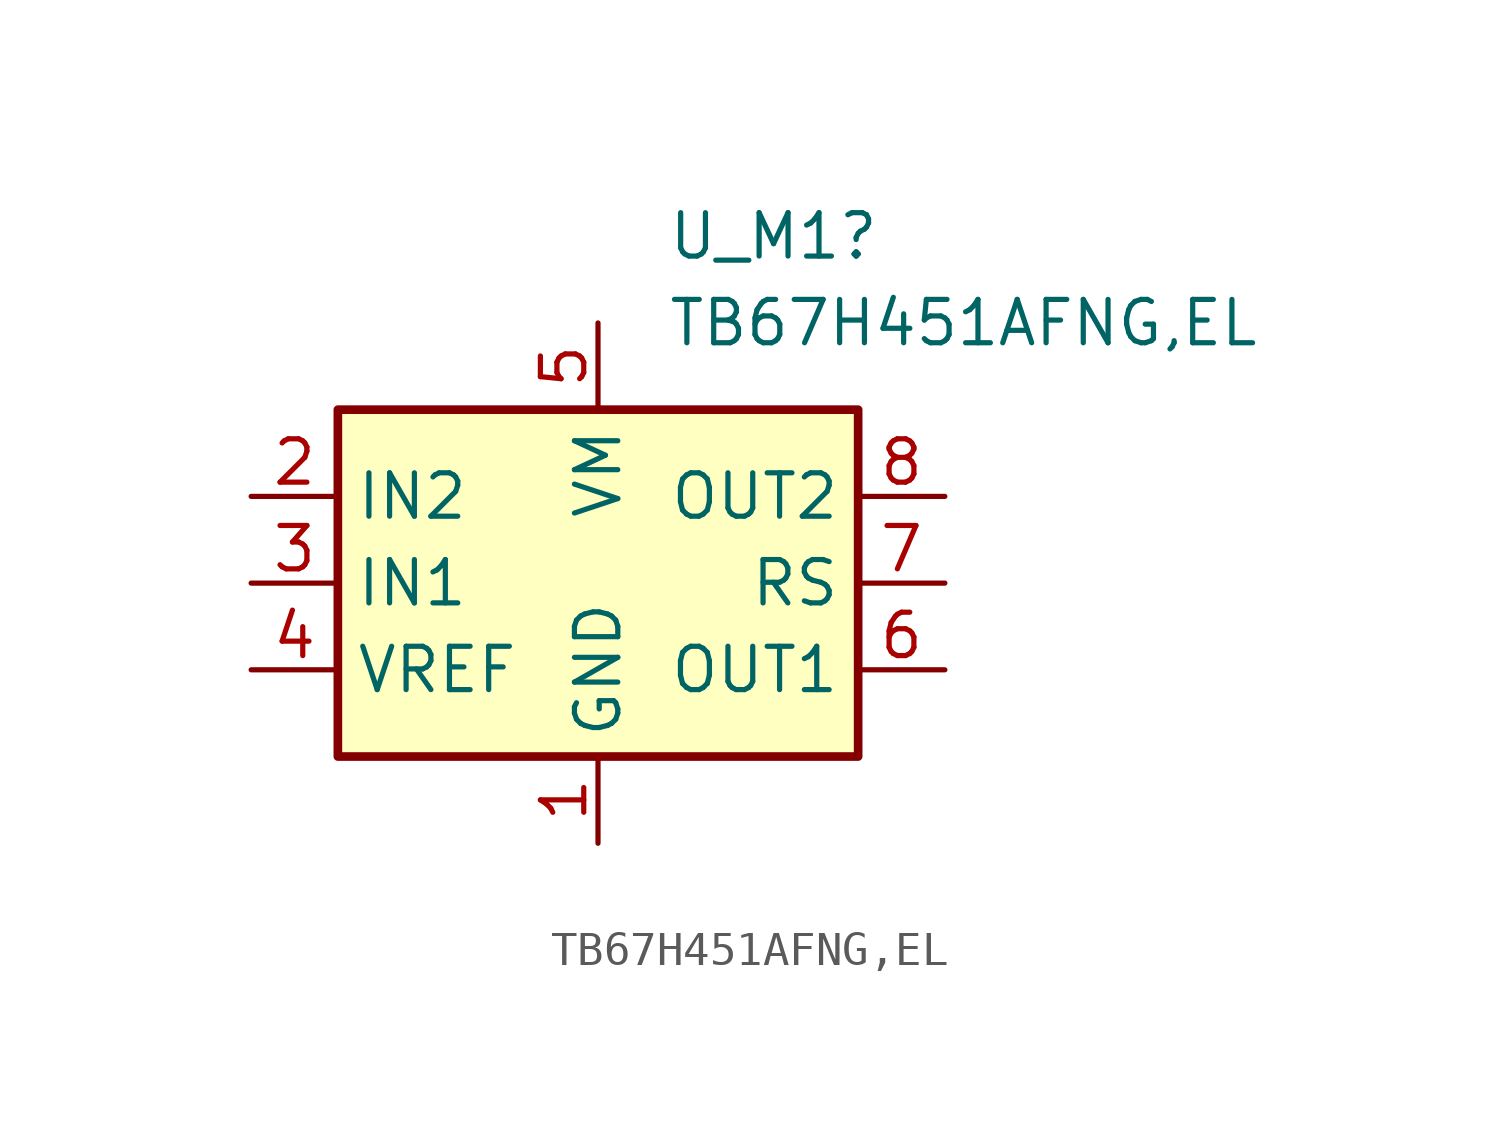
<source format=kicad_sym>
(kicad_symbol_lib
  (version 20211014)
  (generator kicad_symbol_editor)
  (symbol "TB67H451AFNG,EL"
    (property "Reference" "U_M1"
      (at 2.019 10.16 0)
      (effects (font (size 1.27 1.27)) (justify left)))
    (property "Value" "TB67H451AFNG,EL"
      (at 2.019 7.62 0)
      (effects (font (size 1.27 1.27)) (justify left)))
    (symbol "TB67H451AFNG,EL_1_0"
      (pin passive line (at 0 -7.62 90) (length 2.54) (name "GND" (effects (font (size 1.27 1.27)))) (number "1" (effects (font (size 1.27 1.27)))))
      (pin input line (at -10.16 2.54 0) (length 2.54) (name "IN2" (effects (font (size 1.27 1.27)))) (number "2" (effects (font (size 1.27 1.27)))))
      (pin input line (at -10.16 0 0) (length 2.54) (name "IN1" (effects (font (size 1.27 1.27)))) (number "3" (effects (font (size 1.27 1.27)))))
      (pin passive line (at -10.16 -2.54 0) (length 2.54) (name "VREF" (effects (font (size 1.27 1.27)))) (number "4" (effects (font (size 1.27 1.27)))))
      (pin power_in line (at 0 7.62 270) (length 2.54) (name "VM" (effects (font (size 1.27 1.27)))) (number "5" (effects (font (size 1.27 1.27)))))
      (pin output line (at 10.16 -2.54 180) (length 2.54) (name "OUT1" (effects (font (size 1.27 1.27)))) (number "6" (effects (font (size 1.27 1.27)))))
      (pin output line (at 10.16 0 180) (length 2.54) (name "RS" (effects (font (size 1.27 1.27)))) (number "7" (effects (font (size 1.27 1.27)))))
      (pin output line (at 10.16 2.54 180) (length 2.54) (name "OUT2" (effects (font (size 1.27 1.27)))) (number "8" (effects (font (size 1.27 1.27))))))
    (symbol "TB67H451AFNG,EL_1_1"
      (rectangle (start -7.62 5.08) (end 7.62 -5.08) (stroke (width 0.254) (type default) (color 0 0 0 0)) (fill (type background))))))
</source>
